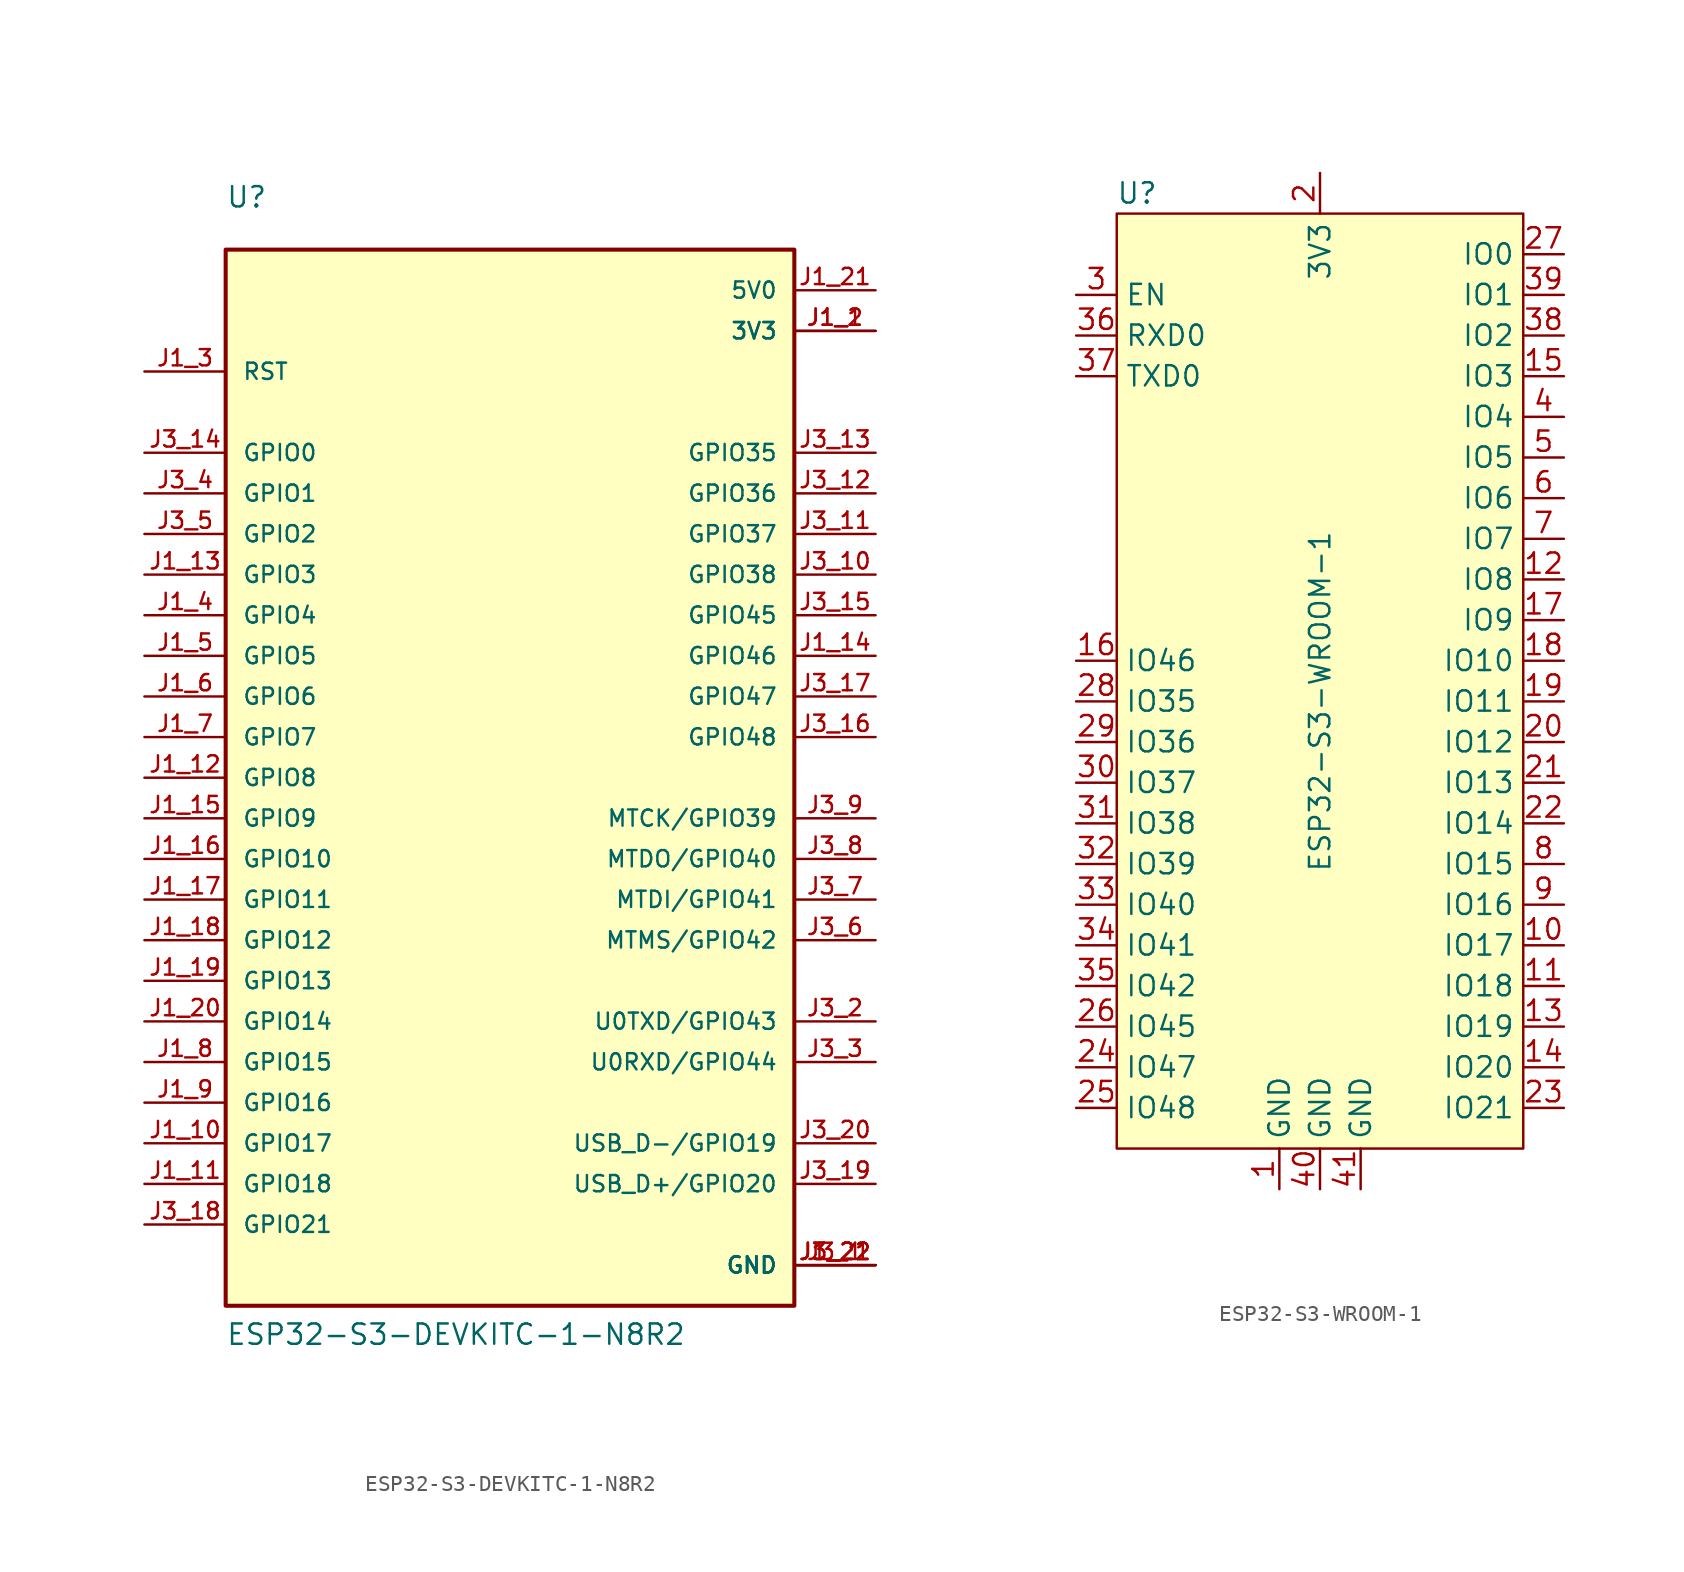
<source format=kicad_sym>
(kicad_symbol_lib
  (version 20220914)
  (generator kicad_symbol_editor)
  (symbol "ESP32-S3-DEVKITC-1-N8R2"
    (pin_names
      (offset 1.016))
    (property "Reference" "U"
      (at -17.78 35.56 0)
      (effects (font (size 1.27 1.27)) (justify left bottom)))
    (property "Value" "ESP32-S3-DEVKITC-1-N8R2"
      (at -17.78 -35.56 0)
      (effects (font (size 1.27 1.27)) (justify left bottom)))
    (property "ki_locked" ""
      (at 0 0 0)
      (effects (font (size 1.27 1.27))))
    (symbol "ESP32-S3-DEVKITC-1-N8R2_0_0"
      (rectangle (start -17.78 -33.02) (end 17.78 33.02) (stroke (width 0.254) (type default)) (fill (type background)))
      (pin power_in line (at 22.86 27.94 180) (length 5.08) (name "3V3" (effects (font (size 1.016 1.016)))) (number "J1_1" (effects (font (size 1.016 1.016)))))
      (pin bidirectional line (at -22.86 -22.86 0) (length 5.08) (name "GPIO17" (effects (font (size 1.016 1.016)))) (number "J1_10" (effects (font (size 1.016 1.016)))))
      (pin bidirectional line (at -22.86 -25.4 0) (length 5.08) (name "GPIO18" (effects (font (size 1.016 1.016)))) (number "J1_11" (effects (font (size 1.016 1.016)))))
      (pin bidirectional line (at -22.86 0 0) (length 5.08) (name "GPIO8" (effects (font (size 1.016 1.016)))) (number "J1_12" (effects (font (size 1.016 1.016)))))
      (pin bidirectional line (at -22.86 12.7 0) (length 5.08) (name "GPIO3" (effects (font (size 1.016 1.016)))) (number "J1_13" (effects (font (size 1.016 1.016)))))
      (pin bidirectional line (at 22.86 7.62 180) (length 5.08) (name "GPIO46" (effects (font (size 1.016 1.016)))) (number "J1_14" (effects (font (size 1.016 1.016)))))
      (pin bidirectional line (at -22.86 -2.54 0) (length 5.08) (name "GPIO9" (effects (font (size 1.016 1.016)))) (number "J1_15" (effects (font (size 1.016 1.016)))))
      (pin bidirectional line (at -22.86 -5.08 0) (length 5.08) (name "GPIO10" (effects (font (size 1.016 1.016)))) (number "J1_16" (effects (font (size 1.016 1.016)))))
      (pin bidirectional line (at -22.86 -7.62 0) (length 5.08) (name "GPIO11" (effects (font (size 1.016 1.016)))) (number "J1_17" (effects (font (size 1.016 1.016)))))
      (pin bidirectional line (at -22.86 -10.16 0) (length 5.08) (name "GPIO12" (effects (font (size 1.016 1.016)))) (number "J1_18" (effects (font (size 1.016 1.016)))))
      (pin bidirectional line (at -22.86 -12.7 0) (length 5.08) (name "GPIO13" (effects (font (size 1.016 1.016)))) (number "J1_19" (effects (font (size 1.016 1.016)))))
      (pin power_in line (at 22.86 27.94 180) (length 5.08) (name "3V3" (effects (font (size 1.016 1.016)))) (number "J1_2" (effects (font (size 1.016 1.016)))))
      (pin bidirectional line (at -22.86 -15.24 0) (length 5.08) (name "GPIO14" (effects (font (size 1.016 1.016)))) (number "J1_20" (effects (font (size 1.016 1.016)))))
      (pin power_in line (at 22.86 30.48 180) (length 5.08) (name "5V0" (effects (font (size 1.016 1.016)))) (number "J1_21" (effects (font (size 1.016 1.016)))))
      (pin power_in line (at 22.86 -30.48 180) (length 5.08) (name "GND" (effects (font (size 1.016 1.016)))) (number "J1_22" (effects (font (size 1.016 1.016)))))
      (pin input line (at -22.86 25.4 0) (length 5.08) (name "RST" (effects (font (size 1.016 1.016)))) (number "J1_3" (effects (font (size 1.016 1.016)))))
      (pin bidirectional line (at -22.86 10.16 0) (length 5.08) (name "GPIO4" (effects (font (size 1.016 1.016)))) (number "J1_4" (effects (font (size 1.016 1.016)))))
      (pin bidirectional line (at -22.86 7.62 0) (length 5.08) (name "GPIO5" (effects (font (size 1.016 1.016)))) (number "J1_5" (effects (font (size 1.016 1.016)))))
      (pin bidirectional line (at -22.86 5.08 0) (length 5.08) (name "GPIO6" (effects (font (size 1.016 1.016)))) (number "J1_6" (effects (font (size 1.016 1.016)))))
      (pin bidirectional line (at -22.86 2.54 0) (length 5.08) (name "GPIO7" (effects (font (size 1.016 1.016)))) (number "J1_7" (effects (font (size 1.016 1.016)))))
      (pin bidirectional line (at -22.86 -17.78 0) (length 5.08) (name "GPIO15" (effects (font (size 1.016 1.016)))) (number "J1_8" (effects (font (size 1.016 1.016)))))
      (pin bidirectional line (at -22.86 -20.32 0) (length 5.08) (name "GPIO16" (effects (font (size 1.016 1.016)))) (number "J1_9" (effects (font (size 1.016 1.016)))))
      (pin power_in line (at 22.86 -30.48 180) (length 5.08) (name "GND" (effects (font (size 1.016 1.016)))) (number "J3_1" (effects (font (size 1.016 1.016)))))
      (pin bidirectional line (at 22.86 12.7 180) (length 5.08) (name "GPIO38" (effects (font (size 1.016 1.016)))) (number "J3_10" (effects (font (size 1.016 1.016)))))
      (pin bidirectional line (at 22.86 15.24 180) (length 5.08) (name "GPIO37" (effects (font (size 1.016 1.016)))) (number "J3_11" (effects (font (size 1.016 1.016)))))
      (pin bidirectional line (at 22.86 17.78 180) (length 5.08) (name "GPIO36" (effects (font (size 1.016 1.016)))) (number "J3_12" (effects (font (size 1.016 1.016)))))
      (pin bidirectional line (at 22.86 20.32 180) (length 5.08) (name "GPIO35" (effects (font (size 1.016 1.016)))) (number "J3_13" (effects (font (size 1.016 1.016)))))
      (pin bidirectional line (at -22.86 20.32 0) (length 5.08) (name "GPIO0" (effects (font (size 1.016 1.016)))) (number "J3_14" (effects (font (size 1.016 1.016)))))
      (pin bidirectional line (at 22.86 10.16 180) (length 5.08) (name "GPIO45" (effects (font (size 1.016 1.016)))) (number "J3_15" (effects (font (size 1.016 1.016)))))
      (pin bidirectional line (at 22.86 2.54 180) (length 5.08) (name "GPIO48" (effects (font (size 1.016 1.016)))) (number "J3_16" (effects (font (size 1.016 1.016)))))
      (pin bidirectional line (at 22.86 5.08 180) (length 5.08) (name "GPIO47" (effects (font (size 1.016 1.016)))) (number "J3_17" (effects (font (size 1.016 1.016)))))
      (pin bidirectional line (at -22.86 -27.94 0) (length 5.08) (name "GPIO21" (effects (font (size 1.016 1.016)))) (number "J3_18" (effects (font (size 1.016 1.016)))))
      (pin bidirectional line (at 22.86 -25.4 180) (length 5.08) (name "USB_D+/GPIO20" (effects (font (size 1.016 1.016)))) (number "J3_19" (effects (font (size 1.016 1.016)))))
      (pin bidirectional line (at 22.86 -15.24 180) (length 5.08) (name "U0TXD/GPIO43" (effects (font (size 1.016 1.016)))) (number "J3_2" (effects (font (size 1.016 1.016)))))
      (pin bidirectional line (at 22.86 -22.86 180) (length 5.08) (name "USB_D-/GPIO19" (effects (font (size 1.016 1.016)))) (number "J3_20" (effects (font (size 1.016 1.016)))))
      (pin power_in line (at 22.86 -30.48 180) (length 5.08) (name "GND" (effects (font (size 1.016 1.016)))) (number "J3_21" (effects (font (size 1.016 1.016)))))
      (pin power_in line (at 22.86 -30.48 180) (length 5.08) (name "GND" (effects (font (size 1.016 1.016)))) (number "J3_22" (effects (font (size 1.016 1.016)))))
      (pin bidirectional line (at 22.86 -17.78 180) (length 5.08) (name "U0RXD/GPIO44" (effects (font (size 1.016 1.016)))) (number "J3_3" (effects (font (size 1.016 1.016)))))
      (pin bidirectional line (at -22.86 17.78 0) (length 5.08) (name "GPIO1" (effects (font (size 1.016 1.016)))) (number "J3_4" (effects (font (size 1.016 1.016)))))
      (pin bidirectional line (at -22.86 15.24 0) (length 5.08) (name "GPIO2" (effects (font (size 1.016 1.016)))) (number "J3_5" (effects (font (size 1.016 1.016)))))
      (pin bidirectional line (at 22.86 -10.16 180) (length 5.08) (name "MTMS/GPIO42" (effects (font (size 1.016 1.016)))) (number "J3_6" (effects (font (size 1.016 1.016)))))
      (pin bidirectional line (at 22.86 -7.62 180) (length 5.08) (name "MTDI/GPIO41" (effects (font (size 1.016 1.016)))) (number "J3_7" (effects (font (size 1.016 1.016)))))
      (pin bidirectional line (at 22.86 -5.08 180) (length 5.08) (name "MTDO/GPIO40" (effects (font (size 1.016 1.016)))) (number "J3_8" (effects (font (size 1.016 1.016)))))
      (pin bidirectional line (at 22.86 -2.54 180) (length 5.08) (name "MTCK/GPIO39" (effects (font (size 1.016 1.016)))) (number "J3_9" (effects (font (size 1.016 1.016)))))))
  (symbol "ESP32-S3-WROOM-1"
    (property "Reference" "U"
      (at -11.43 30.48 0)
      (effects (font (size 1.27 1.27))))
    (property "Value" "ESP32-S3-WROOM-1"
      (at 0 -1.27 90)
      (effects (font (size 1.27 1.27))))
    (symbol "ESP32-S3-WROOM-1_0_1"
      (rectangle (start -12.7 29.21) (end 12.7 -29.21) (stroke (width 0) (type default)) (fill (type background))))
    (symbol "ESP32-S3-WROOM-1_1_1"
      (pin power_in line (at -2.54 -31.75 90) (length 2.54) (name "GND" (effects (font (size 1.27 1.27)))) (number "1" (effects (font (size 1.27 1.27)))))
      (pin bidirectional line (at 15.24 -16.51 180) (length 2.54) (name "IO17" (effects (font (size 1.27 1.27)))) (number "10" (effects (font (size 1.27 1.27)))))
      (pin bidirectional line (at 15.24 -19.05 180) (length 2.54) (name "IO18" (effects (font (size 1.27 1.27)))) (number "11" (effects (font (size 1.27 1.27)))))
      (pin bidirectional line (at 15.24 6.35 180) (length 2.54) (name "IO8" (effects (font (size 1.27 1.27)))) (number "12" (effects (font (size 1.27 1.27)))))
      (pin bidirectional line (at 15.24 -21.59 180) (length 2.54) (name "IO19" (effects (font (size 1.27 1.27)))) (number "13" (effects (font (size 1.27 1.27)))))
      (pin bidirectional line (at 15.24 -24.13 180) (length 2.54) (name "IO20" (effects (font (size 1.27 1.27)))) (number "14" (effects (font (size 1.27 1.27)))))
      (pin tri_state line (at 15.24 19.05 180) (length 2.54) (name "IO3" (effects (font (size 1.27 1.27)))) (number "15" (effects (font (size 1.27 1.27)))))
      (pin tri_state line (at -15.24 1.27 0) (length 2.54) (name "IO46" (effects (font (size 1.27 1.27)))) (number "16" (effects (font (size 1.27 1.27)))))
      (pin bidirectional line (at 15.24 3.81 180) (length 2.54) (name "IO9" (effects (font (size 1.27 1.27)))) (number "17" (effects (font (size 1.27 1.27)))))
      (pin bidirectional line (at 15.24 1.27 180) (length 2.54) (name "IO10" (effects (font (size 1.27 1.27)))) (number "18" (effects (font (size 1.27 1.27)))))
      (pin bidirectional line (at 15.24 -1.27 180) (length 2.54) (name "IO11" (effects (font (size 1.27 1.27)))) (number "19" (effects (font (size 1.27 1.27)))))
      (pin power_in line (at 0 31.75 270) (length 2.54) (name "3V3" (effects (font (size 1.27 1.27)))) (number "2" (effects (font (size 1.27 1.27)))))
      (pin bidirectional line (at 15.24 -3.81 180) (length 2.54) (name "IO12" (effects (font (size 1.27 1.27)))) (number "20" (effects (font (size 1.27 1.27)))))
      (pin bidirectional line (at 15.24 -6.35 180) (length 2.54) (name "IO13" (effects (font (size 1.27 1.27)))) (number "21" (effects (font (size 1.27 1.27)))))
      (pin bidirectional line (at 15.24 -8.89 180) (length 2.54) (name "IO14" (effects (font (size 1.27 1.27)))) (number "22" (effects (font (size 1.27 1.27)))))
      (pin bidirectional line (at 15.24 -26.67 180) (length 2.54) (name "IO21" (effects (font (size 1.27 1.27)))) (number "23" (effects (font (size 1.27 1.27)))))
      (pin bidirectional line (at -15.24 -24.13 0) (length 2.54) (name "IO47" (effects (font (size 1.27 1.27)))) (number "24" (effects (font (size 1.27 1.27)))))
      (pin bidirectional line (at -15.24 -26.67 0) (length 2.54) (name "IO48" (effects (font (size 1.27 1.27)))) (number "25" (effects (font (size 1.27 1.27)))))
      (pin tri_state line (at -15.24 -21.59 0) (length 2.54) (name "IO45" (effects (font (size 1.27 1.27)))) (number "26" (effects (font (size 1.27 1.27)))))
      (pin tri_state line (at 15.24 26.67 180) (length 2.54) (name "IO0" (effects (font (size 1.27 1.27)))) (number "27" (effects (font (size 1.27 1.27)))))
      (pin bidirectional line (at -15.24 -1.27 0) (length 2.54) (name "IO35" (effects (font (size 1.27 1.27)))) (number "28" (effects (font (size 1.27 1.27)))))
      (pin bidirectional line (at -15.24 -3.81 0) (length 2.54) (name "IO36" (effects (font (size 1.27 1.27)))) (number "29" (effects (font (size 1.27 1.27)))))
      (pin input line (at -15.24 24.13 0) (length 2.54) (name "EN" (effects (font (size 1.27 1.27)))) (number "3" (effects (font (size 1.27 1.27)))))
      (pin bidirectional line (at -15.24 -6.35 0) (length 2.54) (name "IO37" (effects (font (size 1.27 1.27)))) (number "30" (effects (font (size 1.27 1.27)))))
      (pin bidirectional line (at -15.24 -8.89 0) (length 2.54) (name "IO38" (effects (font (size 1.27 1.27)))) (number "31" (effects (font (size 1.27 1.27)))))
      (pin bidirectional line (at -15.24 -11.43 0) (length 2.54) (name "IO39" (effects (font (size 1.27 1.27)))) (number "32" (effects (font (size 1.27 1.27)))))
      (pin bidirectional line (at -15.24 -13.97 0) (length 2.54) (name "IO40" (effects (font (size 1.27 1.27)))) (number "33" (effects (font (size 1.27 1.27)))))
      (pin bidirectional line (at -15.24 -16.51 0) (length 2.54) (name "IO41" (effects (font (size 1.27 1.27)))) (number "34" (effects (font (size 1.27 1.27)))))
      (pin bidirectional line (at -15.24 -19.05 0) (length 2.54) (name "IO42" (effects (font (size 1.27 1.27)))) (number "35" (effects (font (size 1.27 1.27)))))
      (pin input line (at -15.24 21.59 0) (length 2.54) (name "RXD0" (effects (font (size 1.27 1.27)))) (number "36" (effects (font (size 1.27 1.27)))))
      (pin output line (at -15.24 19.05 0) (length 2.54) (name "TXD0" (effects (font (size 1.27 1.27)))) (number "37" (effects (font (size 1.27 1.27)))))
      (pin bidirectional line (at 15.24 21.59 180) (length 2.54) (name "IO2" (effects (font (size 1.27 1.27)))) (number "38" (effects (font (size 1.27 1.27)))))
      (pin bidirectional line (at 15.24 24.13 180) (length 2.54) (name "IO1" (effects (font (size 1.27 1.27)))) (number "39" (effects (font (size 1.27 1.27)))))
      (pin bidirectional line (at 15.24 16.51 180) (length 2.54) (name "IO4" (effects (font (size 1.27 1.27)))) (number "4" (effects (font (size 1.27 1.27)))))
      (pin power_in line (at 0 -31.75 90) (length 2.54) (name "GND" (effects (font (size 1.27 1.27)))) (number "40" (effects (font (size 1.27 1.27)))))
      (pin power_in line (at 2.54 -31.75 90) (length 2.54) (name "GND" (effects (font (size 1.27 1.27)))) (number "41" (effects (font (size 1.27 1.27)))))
      (pin bidirectional line (at 15.24 13.97 180) (length 2.54) (name "IO5" (effects (font (size 1.27 1.27)))) (number "5" (effects (font (size 1.27 1.27)))))
      (pin bidirectional line (at 15.24 11.43 180) (length 2.54) (name "IO6" (effects (font (size 1.27 1.27)))) (number "6" (effects (font (size 1.27 1.27)))))
      (pin bidirectional line (at 15.24 8.89 180) (length 2.54) (name "IO7" (effects (font (size 1.27 1.27)))) (number "7" (effects (font (size 1.27 1.27)))))
      (pin bidirectional line (at 15.24 -11.43 180) (length 2.54) (name "IO15" (effects (font (size 1.27 1.27)))) (number "8" (effects (font (size 1.27 1.27)))))
      (pin bidirectional line (at 15.24 -13.97 180) (length 2.54) (name "IO16" (effects (font (size 1.27 1.27)))) (number "9" (effects (font (size 1.27 1.27))))))))
</source>
